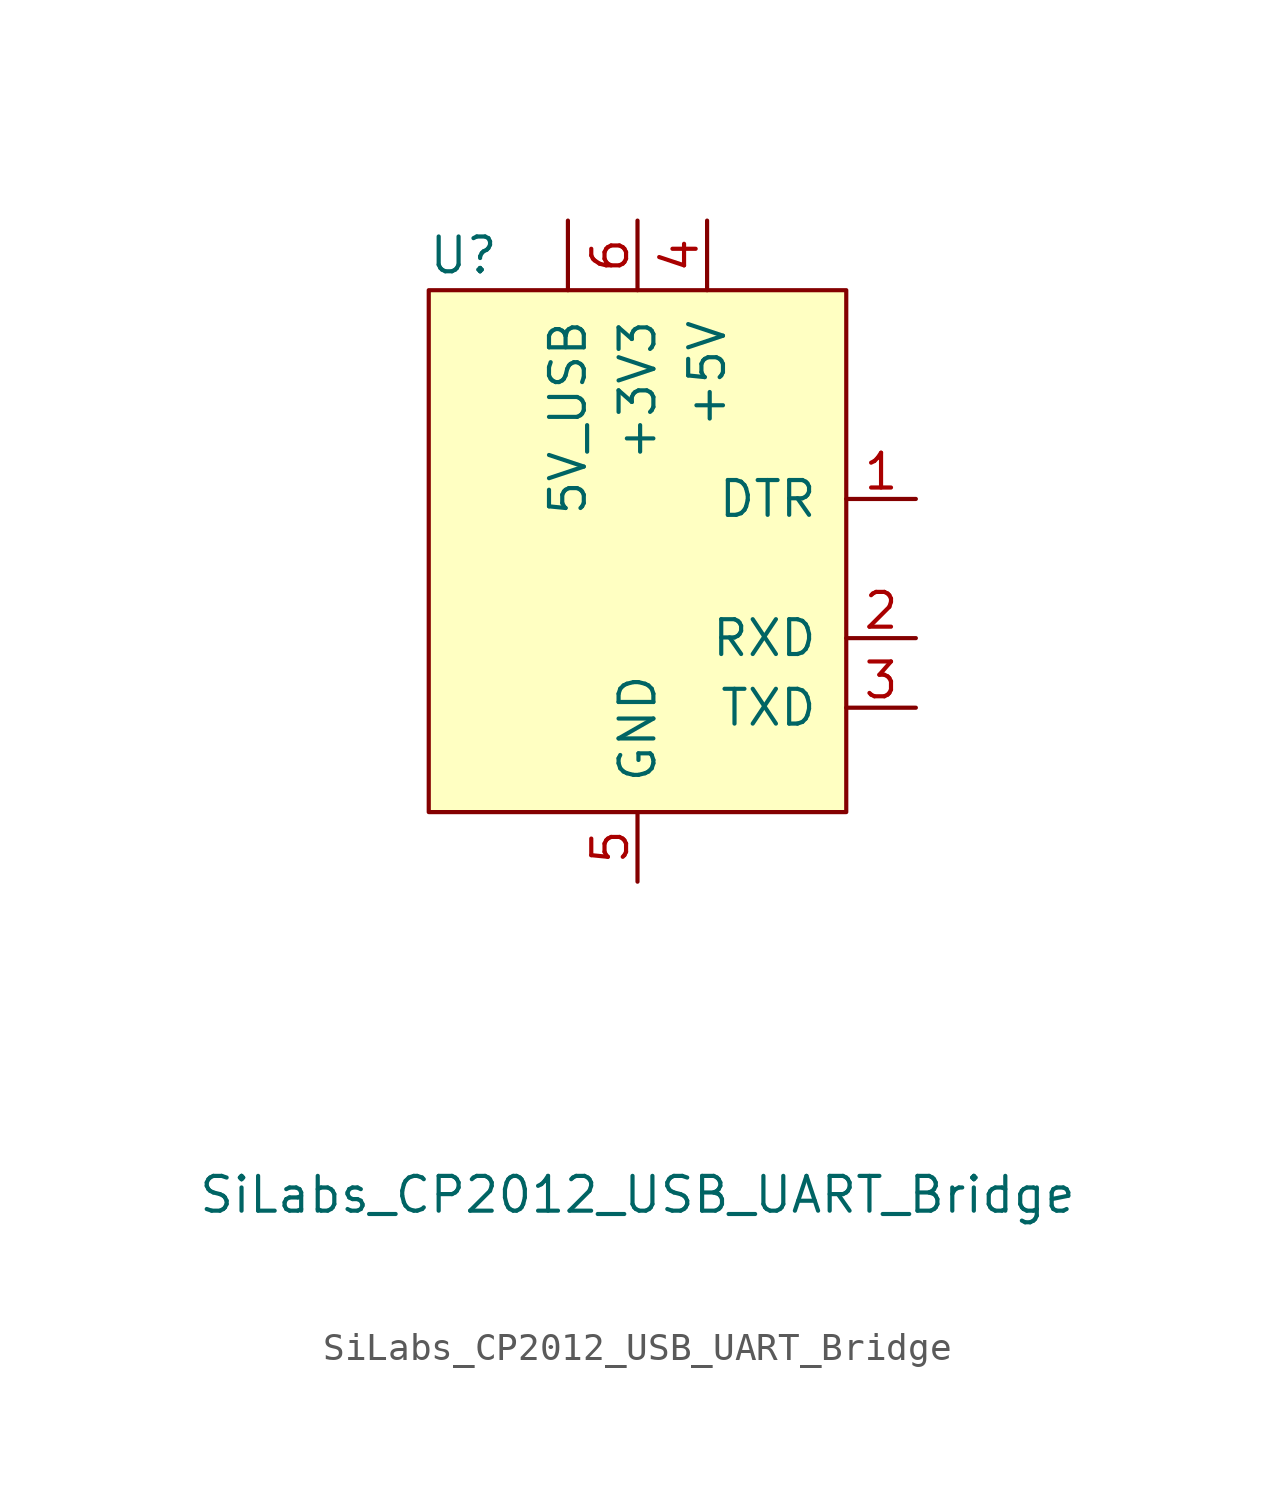
<source format=kicad_sym>
(kicad_symbol_lib
  (version 20211014)
  (generator kicad_symbol_editor)
  (symbol "SiLabs_CP2012_USB_UART_Bridge"
    (pin_names
      (offset 1.016))
    (property "Reference" "U"
      (at -6.35 10.16 0)
      (effects (font (size 1.27 1.27))))
    (property "Value" "SiLabs_CP2012_USB_UART_Bridge"
      (at 0 -24.13 0)
      (effects (font (size 1.27 1.27))))
    (symbol "SiLabs_CP2012_USB_UART_Bridge_0_1"
      (rectangle (start -7.62 8.89) (end 7.62 -10.16) (stroke (width 0) (type default) (color 0 0 0 0)) (fill (type background))))
    (symbol "SiLabs_CP2012_USB_UART_Bridge_1_1"
      (pin output line (at 10.16 1.27 180) (length 2.54) (name "DTR" (effects (font (size 1.27 1.27)))) (number "1" (effects (font (size 1.27 1.27)))))
      (pin input line (at 10.16 -3.81 180) (length 2.54) (name "RXD" (effects (font (size 1.27 1.27)))) (number "2" (effects (font (size 1.27 1.27)))))
      (pin output line (at 10.16 -6.35 180) (length 2.54) (name "TXD" (effects (font (size 1.27 1.27)))) (number "3" (effects (font (size 1.27 1.27)))))
      (pin power_out line (at 2.54 11.43 270) (length 2.54) (name "+5V" (effects (font (size 1.27 1.27)))) (number "4" (effects (font (size 1.27 1.27)))))
      (pin power_out line (at 0 -12.7 90) (length 2.54) (name "GND" (effects (font (size 1.27 1.27)))) (number "5" (effects (font (size 1.27 1.27)))))
      (pin power_out line (at 0 11.43 270) (length 2.54) (name "+3V3" (effects (font (size 1.27 1.27)))) (number "6" (effects (font (size 1.27 1.27)))))
      (pin power_in line (at -2.54 11.43 270) (length 2.54) (name "5V_USB" (effects (font (size 1.27 1.27)))) (number "~" (effects (font (size 1.27 1.27))))))))
</source>
